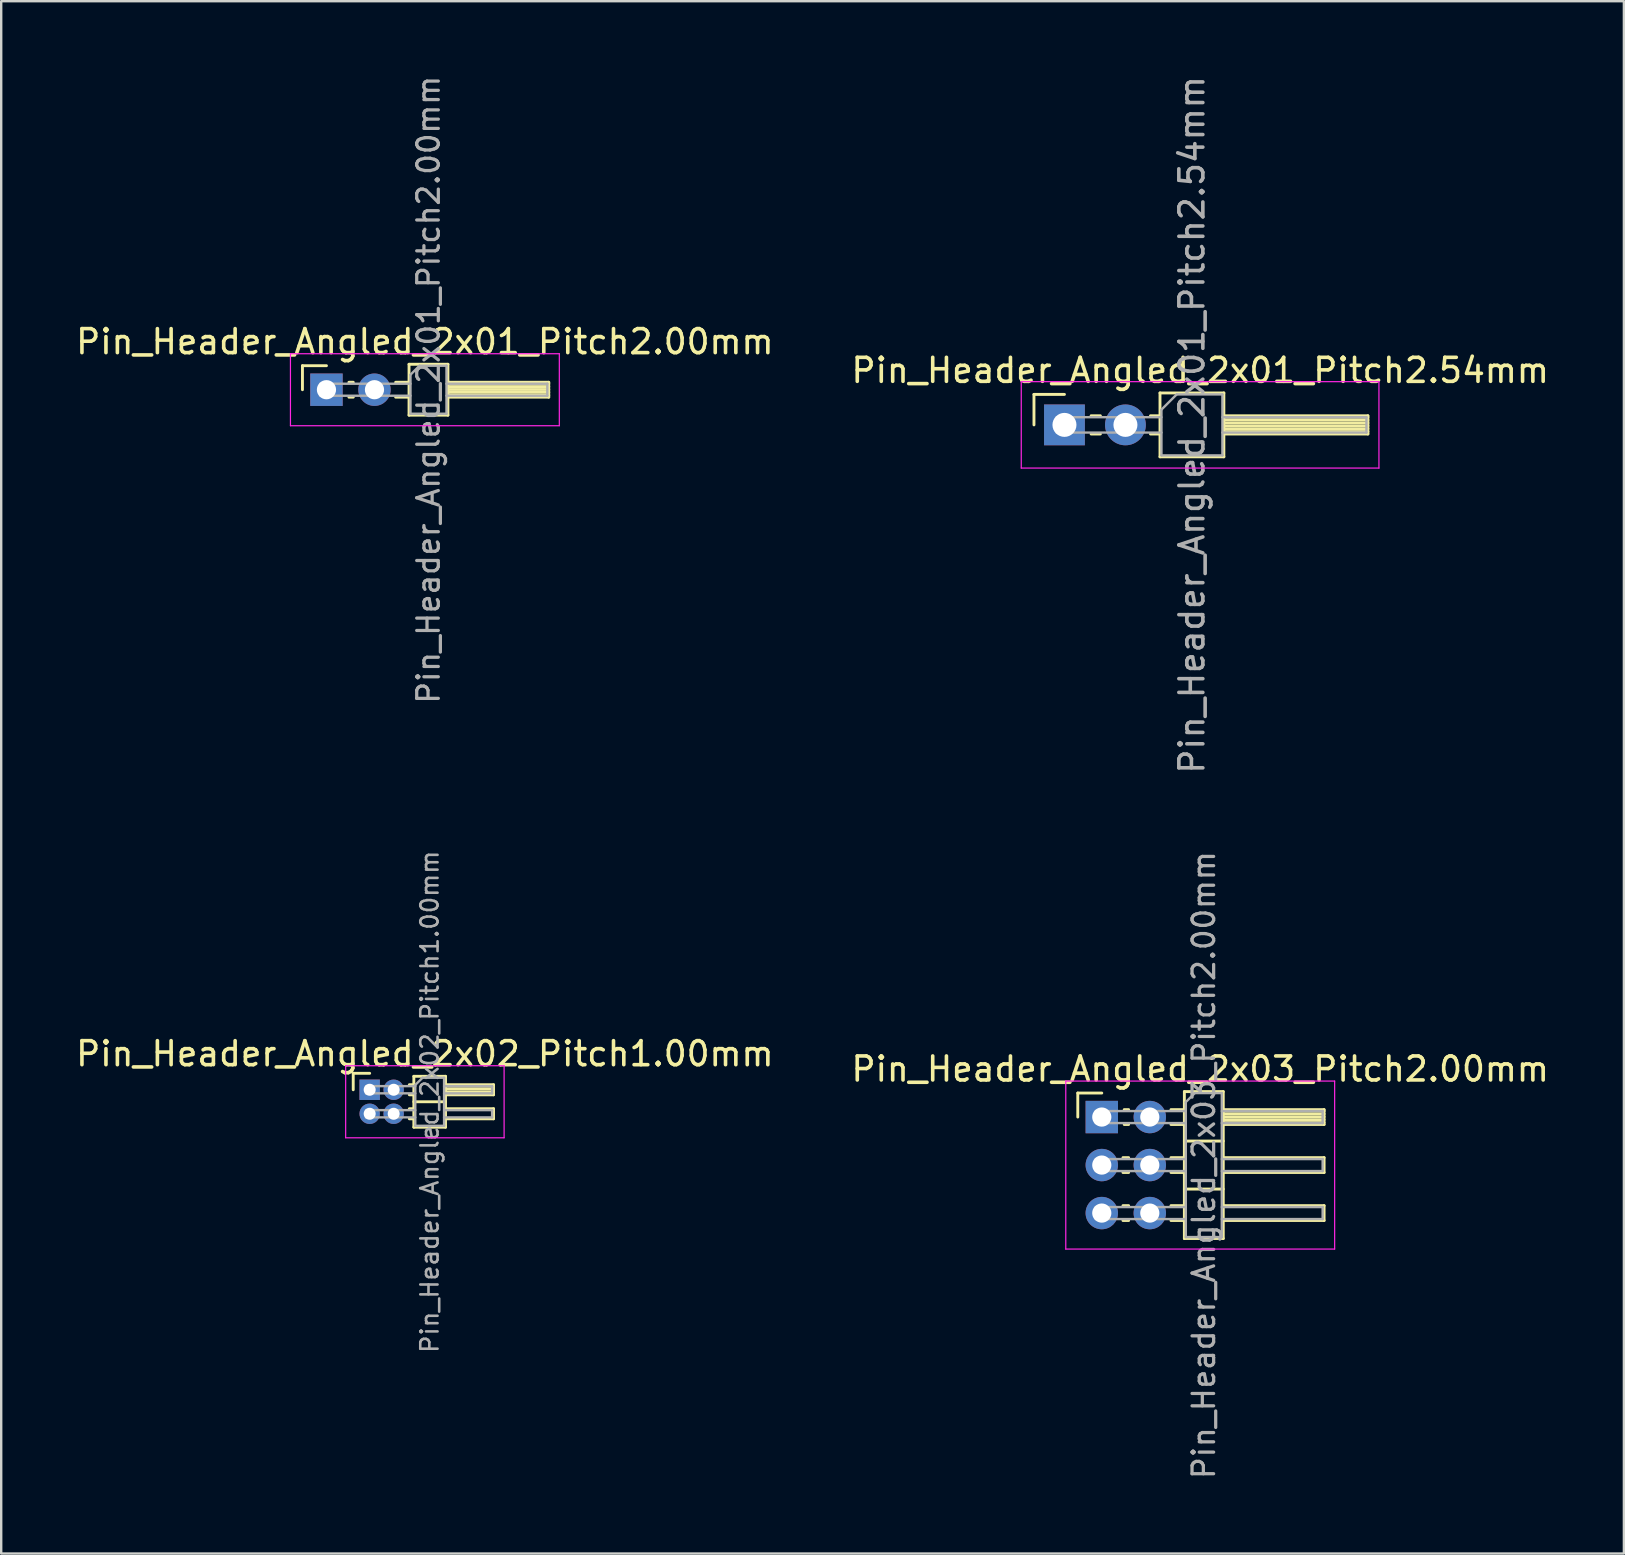
<source format=kicad_pcb>
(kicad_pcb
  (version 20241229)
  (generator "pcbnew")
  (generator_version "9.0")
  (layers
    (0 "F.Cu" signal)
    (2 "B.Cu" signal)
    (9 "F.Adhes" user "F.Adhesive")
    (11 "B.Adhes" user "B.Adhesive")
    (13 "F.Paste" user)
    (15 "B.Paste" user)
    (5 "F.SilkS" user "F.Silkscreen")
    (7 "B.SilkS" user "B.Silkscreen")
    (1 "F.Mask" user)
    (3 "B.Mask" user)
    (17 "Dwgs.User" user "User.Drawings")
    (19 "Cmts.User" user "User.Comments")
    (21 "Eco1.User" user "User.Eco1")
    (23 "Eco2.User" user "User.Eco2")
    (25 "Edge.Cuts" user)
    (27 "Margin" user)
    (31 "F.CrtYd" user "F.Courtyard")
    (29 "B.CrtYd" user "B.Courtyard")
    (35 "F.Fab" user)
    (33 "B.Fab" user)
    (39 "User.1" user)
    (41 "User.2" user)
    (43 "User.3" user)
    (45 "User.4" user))
  (footprint "Pin_Header_Angled_2x02_Pitch1.00mm"
    (layer "F.Cu")
    (at 12.349 42.345)
    (property "Reference" "Pin_Header_Angled_2x02_Pitch1.00mm" (at 2.3 -1.5 0) (layer "F.SilkS") (effects (font (size 1 1) (thickness 0.15))))
    (attr through_hole)
    (fp_line (start -0.685 -0.685) (end 0 -0.685) (stroke (width 0.12) (type solid)) (layer "F.SilkS"))
    (fp_line (start -0.685 0) (end -0.685 -0.685) (stroke (width 0.12) (type solid)) (layer "F.SilkS"))
    (fp_line (start 1.652 -0.21) (end 1.84 -0.21) (stroke (width 0.12) (type solid)) (layer "F.SilkS"))
    (fp_line (start 1.652 0.21) (end 1.84 0.21) (stroke (width 0.12) (type solid)) (layer "F.SilkS"))
    (fp_line (start 1.652 0.79) (end 1.84 0.79) (stroke (width 0.12) (type solid)) (layer "F.SilkS"))
    (fp_line (start 1.652 1.21) (end 1.84 1.21) (stroke (width 0.12) (type solid)) (layer "F.SilkS"))
    (fp_line (start 1.84 -0.56) (end 1.84 1.56) (stroke (width 0.12) (type solid)) (layer "F.SilkS"))
    (fp_line (start 1.84 0.5) (end 3.16 0.5) (stroke (width 0.12) (type solid)) (layer "F.SilkS"))
    (fp_line (start 1.84 1.56) (end 3.16 1.56) (stroke (width 0.12) (type solid)) (layer "F.SilkS"))
    (fp_line (start 3.16 -0.56) (end 1.84 -0.56) (stroke (width 0.12) (type solid)) (layer "F.SilkS"))
    (fp_line (start 3.16 -0.21) (end 5.16 -0.21) (stroke (width 0.12) (type solid)) (layer "F.SilkS"))
    (fp_line (start 3.16 -0.15) (end 5.16 -0.15) (stroke (width 0.12) (type solid)) (layer "F.SilkS"))
    (fp_line (start 3.16 -0.03) (end 5.16 -0.03) (stroke (width 0.12) (type solid)) (layer "F.SilkS"))
    (fp_line (start 3.16 0.09) (end 5.16 0.09) (stroke (width 0.12) (type solid)) (layer "F.SilkS"))
    (fp_line (start 3.16 0.79) (end 5.16 0.79) (stroke (width 0.12) (type solid)) (layer "F.SilkS"))
    (fp_line (start 3.16 1.56) (end 3.16 -0.56) (stroke (width 0.12) (type solid)) (layer "F.SilkS"))
    (fp_line (start 5.16 -0.21) (end 5.16 0.21) (stroke (width 0.12) (type solid)) (layer "F.SilkS"))
    (fp_line (start 5.16 0.21) (end 3.16 0.21) (stroke (width 0.12) (type solid)) (layer "F.SilkS"))
    (fp_line (start 5.16 0.79) (end 5.16 1.21) (stroke (width 0.12) (type solid)) (layer "F.SilkS"))
    (fp_line (start 5.16 1.21) (end 3.16 1.21) (stroke (width 0.12) (type solid)) (layer "F.SilkS"))
    (fp_line (start -1 -1) (end -1 2) (stroke (width 0.05) (type solid)) (layer "F.CrtYd"))
    (fp_line (start -1 2) (end 5.6 2) (stroke (width 0.05) (type solid)) (layer "F.CrtYd"))
    (fp_line (start 5.6 -1) (end -1 -1) (stroke (width 0.05) (type solid)) (layer "F.CrtYd"))
    (fp_line (start 5.6 2) (end 5.6 -1) (stroke (width 0.05) (type solid)) (layer "F.CrtYd"))
    (fp_line (start -0.15 -0.15) (end -0.15 0.15) (stroke (width 0.1) (type solid)) (layer "F.Fab"))
    (fp_line (start -0.15 -0.15) (end 1.9 -0.15) (stroke (width 0.1) (type solid)) (layer "F.Fab"))
    (fp_line (start -0.15 0.15) (end 1.9 0.15) (stroke (width 0.1) (type solid)) (layer "F.Fab"))
    (fp_line (start -0.15 0.85) (end -0.15 1.15) (stroke (width 0.1) (type solid)) (layer "F.Fab"))
    (fp_line (start -0.15 0.85) (end 1.9 0.85) (stroke (width 0.1) (type solid)) (layer "F.Fab"))
    (fp_line (start -0.15 1.15) (end 1.9 1.15) (stroke (width 0.1) (type solid)) (layer "F.Fab"))
    (fp_line (start 1.9 -0.2) (end 2.2 -0.5) (stroke (width 0.1) (type solid)) (layer "F.Fab"))
    (fp_line (start 1.9 1.5) (end 1.9 -0.2) (stroke (width 0.1) (type solid)) (layer "F.Fab"))
    (fp_line (start 2.2 -0.5) (end 3.1 -0.5) (stroke (width 0.1) (type solid)) (layer "F.Fab"))
    (fp_line (start 3.1 -0.5) (end 3.1 1.5) (stroke (width 0.1) (type solid)) (layer "F.Fab"))
    (fp_line (start 3.1 -0.15) (end 5.1 -0.15) (stroke (width 0.1) (type solid)) (layer "F.Fab"))
    (fp_line (start 3.1 0.15) (end 5.1 0.15) (stroke (width 0.1) (type solid)) (layer "F.Fab"))
    (fp_line (start 3.1 0.85) (end 5.1 0.85) (stroke (width 0.1) (type solid)) (layer "F.Fab"))
    (fp_line (start 3.1 1.15) (end 5.1 1.15) (stroke (width 0.1) (type solid)) (layer "F.Fab"))
    (fp_line (start 3.1 1.5) (end 1.9 1.5) (stroke (width 0.1) (type solid)) (layer "F.Fab"))
    (fp_line (start 5.1 -0.15) (end 5.1 0.15) (stroke (width 0.1) (type solid)) (layer "F.Fab"))
    (fp_line (start 5.1 0.85) (end 5.1 1.15) (stroke (width 0.1) (type solid)) (layer "F.Fab"))
    (fp_text user "${REFERENCE}" (at 2.5 0.5 90) (layer "F.Fab") (effects (font (size 0.72 0.72) (thickness 0.108))))
    (pad "1" thru_hole rect (at 0 0) (size 0.85 0.85) (drill 0.5) (layers "*.Cu" "*.Mask"))
    (pad "2" thru_hole oval (at 1 0) (size 0.85 0.85) (drill 0.5) (layers "*.Cu" "*.Mask"))
    (pad "3" thru_hole oval (at 0 1) (size 0.85 0.85) (drill 0.5) (layers "*.Cu" "*.Mask"))
    (pad "4" thru_hole oval (at 1 1) (size 0.85 0.85) (drill 0.5) (layers "*.Cu" "*.Mask")))
  (footprint "Pin_Header_Angled_2x01_Pitch2.54mm"
    (layer "F.Cu")
    (at 41.291 14.649)
    (property "Reference" "Pin_Header_Angled_2x01_Pitch2.54mm" (at 5.655 -2.27 0) (layer "F.SilkS") (effects (font (size 1 1) (thickness 0.15))))
    (attr through_hole)
    (fp_line (start -1.27 -1.27) (end 0 -1.27) (stroke (width 0.12) (type solid)) (layer "F.SilkS"))
    (fp_line (start -1.27 0) (end -1.27 -1.27) (stroke (width 0.12) (type solid)) (layer "F.SilkS"))
    (fp_line (start 1.11 -0.38) (end 1.497 -0.38) (stroke (width 0.12) (type solid)) (layer "F.SilkS"))
    (fp_line (start 1.11 0.38) (end 1.497 0.38) (stroke (width 0.12) (type solid)) (layer "F.SilkS"))
    (fp_line (start 3.583 -0.38) (end 3.98 -0.38) (stroke (width 0.12) (type solid)) (layer "F.SilkS"))
    (fp_line (start 3.583 0.38) (end 3.98 0.38) (stroke (width 0.12) (type solid)) (layer "F.SilkS"))
    (fp_line (start 3.98 -1.33) (end 3.98 1.33) (stroke (width 0.12) (type solid)) (layer "F.SilkS"))
    (fp_line (start 3.98 1.33) (end 6.64 1.33) (stroke (width 0.12) (type solid)) (layer "F.SilkS"))
    (fp_line (start 6.64 -1.33) (end 3.98 -1.33) (stroke (width 0.12) (type solid)) (layer "F.SilkS"))
    (fp_line (start 6.64 -0.38) (end 12.64 -0.38) (stroke (width 0.12) (type solid)) (layer "F.SilkS"))
    (fp_line (start 6.64 -0.32) (end 12.64 -0.32) (stroke (width 0.12) (type solid)) (layer "F.SilkS"))
    (fp_line (start 6.64 -0.2) (end 12.64 -0.2) (stroke (width 0.12) (type solid)) (layer "F.SilkS"))
    (fp_line (start 6.64 -0.08) (end 12.64 -0.08) (stroke (width 0.12) (type solid)) (layer "F.SilkS"))
    (fp_line (start 6.64 0.04) (end 12.64 0.04) (stroke (width 0.12) (type solid)) (layer "F.SilkS"))
    (fp_line (start 6.64 0.16) (end 12.64 0.16) (stroke (width 0.12) (type solid)) (layer "F.SilkS"))
    (fp_line (start 6.64 0.28) (end 12.64 0.28) (stroke (width 0.12) (type solid)) (layer "F.SilkS"))
    (fp_line (start 6.64 1.33) (end 6.64 -1.33) (stroke (width 0.12) (type solid)) (layer "F.SilkS"))
    (fp_line (start 12.64 -0.38) (end 12.64 0.38) (stroke (width 0.12) (type solid)) (layer "F.SilkS"))
    (fp_line (start 12.64 0.38) (end 6.64 0.38) (stroke (width 0.12) (type solid)) (layer "F.SilkS"))
    (fp_line (start -1.8 -1.8) (end -1.8 1.8) (stroke (width 0.05) (type solid)) (layer "F.CrtYd"))
    (fp_line (start -1.8 1.8) (end 13.1 1.8) (stroke (width 0.05) (type solid)) (layer "F.CrtYd"))
    (fp_line (start 13.1 -1.8) (end -1.8 -1.8) (stroke (width 0.05) (type solid)) (layer "F.CrtYd"))
    (fp_line (start 13.1 1.8) (end 13.1 -1.8) (stroke (width 0.05) (type solid)) (layer "F.CrtYd"))
    (fp_line (start -0.32 -0.32) (end -0.32 0.32) (stroke (width 0.1) (type solid)) (layer "F.Fab"))
    (fp_line (start -0.32 -0.32) (end 4.04 -0.32) (stroke (width 0.1) (type solid)) (layer "F.Fab"))
    (fp_line (start -0.32 0.32) (end 4.04 0.32) (stroke (width 0.1) (type solid)) (layer "F.Fab"))
    (fp_line (start 4.04 -0.635) (end 4.675 -1.27) (stroke (width 0.1) (type solid)) (layer "F.Fab"))
    (fp_line (start 4.04 1.27) (end 4.04 -0.635) (stroke (width 0.1) (type solid)) (layer "F.Fab"))
    (fp_line (start 4.675 -1.27) (end 6.58 -1.27) (stroke (width 0.1) (type solid)) (layer "F.Fab"))
    (fp_line (start 6.58 -1.27) (end 6.58 1.27) (stroke (width 0.1) (type solid)) (layer "F.Fab"))
    (fp_line (start 6.58 -0.32) (end 12.58 -0.32) (stroke (width 0.1) (type solid)) (layer "F.Fab"))
    (fp_line (start 6.58 0.32) (end 12.58 0.32) (stroke (width 0.1) (type solid)) (layer "F.Fab"))
    (fp_line (start 6.58 1.27) (end 4.04 1.27) (stroke (width 0.1) (type solid)) (layer "F.Fab"))
    (fp_line (start 12.58 -0.32) (end 12.58 0.32) (stroke (width 0.1) (type solid)) (layer "F.Fab"))
    (fp_text user "${REFERENCE}" (at 5.31 0 90) (layer "F.Fab") (effects (font (size 1 1) (thickness 0.15))))
    (pad "1" thru_hole rect (at 0 0) (size 1.7 1.7) (drill 1) (layers "*.Cu" "*.Mask"))
    (pad "2" thru_hole oval (at 2.54 0) (size 1.7 1.7) (drill 1) (layers "*.Cu" "*.Mask")))
  (footprint "Pin_Header_Angled_2x01_Pitch2.00mm"
    (layer "F.Cu")
    (at 10.549 13.184)
    (property "Reference" "Pin_Header_Angled_2x01_Pitch2.00mm" (at 4.1 -2 0) (layer "F.SilkS") (effects (font (size 1 1) (thickness 0.15))))
    (attr through_hole)
    (fp_line (start -1 -1) (end 0 -1) (stroke (width 0.12) (type solid)) (layer "F.SilkS"))
    (fp_line (start -1 0) (end -1 -1) (stroke (width 0.12) (type solid)) (layer "F.SilkS"))
    (fp_line (start 0.935 -0.31) (end 1.118 -0.31) (stroke (width 0.12) (type solid)) (layer "F.SilkS"))
    (fp_line (start 0.935 0.31) (end 1.118 0.31) (stroke (width 0.12) (type solid)) (layer "F.SilkS"))
    (fp_line (start 2.882 -0.31) (end 3.44 -0.31) (stroke (width 0.12) (type solid)) (layer "F.SilkS"))
    (fp_line (start 2.882 0.31) (end 3.44 0.31) (stroke (width 0.12) (type solid)) (layer "F.SilkS"))
    (fp_line (start 3.44 -1.06) (end 3.44 1.06) (stroke (width 0.12) (type solid)) (layer "F.SilkS"))
    (fp_line (start 3.44 1.06) (end 5.06 1.06) (stroke (width 0.12) (type solid)) (layer "F.SilkS"))
    (fp_line (start 5.06 -1.06) (end 3.44 -1.06) (stroke (width 0.12) (type solid)) (layer "F.SilkS"))
    (fp_line (start 5.06 -0.31) (end 9.26 -0.31) (stroke (width 0.12) (type solid)) (layer "F.SilkS"))
    (fp_line (start 5.06 -0.25) (end 9.26 -0.25) (stroke (width 0.12) (type solid)) (layer "F.SilkS"))
    (fp_line (start 5.06 -0.13) (end 9.26 -0.13) (stroke (width 0.12) (type solid)) (layer "F.SilkS"))
    (fp_line (start 5.06 -0.01) (end 9.26 -0.01) (stroke (width 0.12) (type solid)) (layer "F.SilkS"))
    (fp_line (start 5.06 0.11) (end 9.26 0.11) (stroke (width 0.12) (type solid)) (layer "F.SilkS"))
    (fp_line (start 5.06 0.23) (end 9.26 0.23) (stroke (width 0.12) (type solid)) (layer "F.SilkS"))
    (fp_line (start 5.06 1.06) (end 5.06 -1.06) (stroke (width 0.12) (type solid)) (layer "F.SilkS"))
    (fp_line (start 9.26 -0.31) (end 9.26 0.31) (stroke (width 0.12) (type solid)) (layer "F.SilkS"))
    (fp_line (start 9.26 0.31) (end 5.06 0.31) (stroke (width 0.12) (type solid)) (layer "F.SilkS"))
    (fp_line (start -1.5 -1.5) (end -1.5 1.5) (stroke (width 0.05) (type solid)) (layer "F.CrtYd"))
    (fp_line (start -1.5 1.5) (end 9.7 1.5) (stroke (width 0.05) (type solid)) (layer "F.CrtYd"))
    (fp_line (start 9.7 -1.5) (end -1.5 -1.5) (stroke (width 0.05) (type solid)) (layer "F.CrtYd"))
    (fp_line (start 9.7 1.5) (end 9.7 -1.5) (stroke (width 0.05) (type solid)) (layer "F.CrtYd"))
    (fp_line (start -0.25 -0.25) (end -0.25 0.25) (stroke (width 0.1) (type solid)) (layer "F.Fab"))
    (fp_line (start -0.25 -0.25) (end 3.5 -0.25) (stroke (width 0.1) (type solid)) (layer "F.Fab"))
    (fp_line (start -0.25 0.25) (end 3.5 0.25) (stroke (width 0.1) (type solid)) (layer "F.Fab"))
    (fp_line (start 3.5 -0.625) (end 3.875 -1) (stroke (width 0.1) (type solid)) (layer "F.Fab"))
    (fp_line (start 3.5 1) (end 3.5 -0.625) (stroke (width 0.1) (type solid)) (layer "F.Fab"))
    (fp_line (start 3.875 -1) (end 5 -1) (stroke (width 0.1) (type solid)) (layer "F.Fab"))
    (fp_line (start 5 -1) (end 5 1) (stroke (width 0.1) (type solid)) (layer "F.Fab"))
    (fp_line (start 5 -0.25) (end 9.2 -0.25) (stroke (width 0.1) (type solid)) (layer "F.Fab"))
    (fp_line (start 5 0.25) (end 9.2 0.25) (stroke (width 0.1) (type solid)) (layer "F.Fab"))
    (fp_line (start 5 1) (end 3.5 1) (stroke (width 0.1) (type solid)) (layer "F.Fab"))
    (fp_line (start 9.2 -0.25) (end 9.2 0.25) (stroke (width 0.1) (type solid)) (layer "F.Fab"))
    (fp_text user "${REFERENCE}" (at 4.25 0 90) (layer "F.Fab") (effects (font (size 0.9 0.9) (thickness 0.135))))
    (pad "1" thru_hole rect (at 0 0) (size 1.35 1.35) (drill 0.8) (layers "*.Cu" "*.Mask"))
    (pad "2" thru_hole oval (at 2 0) (size 1.35 1.35) (drill 0.8) (layers "*.Cu" "*.Mask")))
  (footprint "Pin_Header_Angled_2x03_Pitch2.00mm"
    (layer "F.Cu")
    (at 42.846 43.482)
    (property "Reference" "Pin_Header_Angled_2x03_Pitch2.00mm" (at 4.1 -2 0) (layer "F.SilkS") (effects (font (size 1 1) (thickness 0.15))))
    (attr through_hole)
    (fp_line (start -1 -1) (end 0 -1) (stroke (width 0.12) (type solid)) (layer "F.SilkS"))
    (fp_line (start -1 0) (end -1 -1) (stroke (width 0.12) (type solid)) (layer "F.SilkS"))
    (fp_line (start 0.882 1.69) (end 1.118 1.69) (stroke (width 0.12) (type solid)) (layer "F.SilkS"))
    (fp_line (start 0.882 2.31) (end 1.118 2.31) (stroke (width 0.12) (type solid)) (layer "F.SilkS"))
    (fp_line (start 0.882 3.69) (end 1.118 3.69) (stroke (width 0.12) (type solid)) (layer "F.SilkS"))
    (fp_line (start 0.882 4.31) (end 1.118 4.31) (stroke (width 0.12) (type solid)) (layer "F.SilkS"))
    (fp_line (start 0.935 -0.31) (end 1.118 -0.31) (stroke (width 0.12) (type solid)) (layer "F.SilkS"))
    (fp_line (start 0.935 0.31) (end 1.118 0.31) (stroke (width 0.12) (type solid)) (layer "F.SilkS"))
    (fp_line (start 2.882 -0.31) (end 3.44 -0.31) (stroke (width 0.12) (type solid)) (layer "F.SilkS"))
    (fp_line (start 2.882 0.31) (end 3.44 0.31) (stroke (width 0.12) (type solid)) (layer "F.SilkS"))
    (fp_line (start 2.882 1.69) (end 3.44 1.69) (stroke (width 0.12) (type solid)) (layer "F.SilkS"))
    (fp_line (start 2.882 2.31) (end 3.44 2.31) (stroke (width 0.12) (type solid)) (layer "F.SilkS"))
    (fp_line (start 2.882 3.69) (end 3.44 3.69) (stroke (width 0.12) (type solid)) (layer "F.SilkS"))
    (fp_line (start 2.882 4.31) (end 3.44 4.31) (stroke (width 0.12) (type solid)) (layer "F.SilkS"))
    (fp_line (start 3.44 -1.06) (end 3.44 5.06) (stroke (width 0.12) (type solid)) (layer "F.SilkS"))
    (fp_line (start 3.44 1) (end 5.06 1) (stroke (width 0.12) (type solid)) (layer "F.SilkS"))
    (fp_line (start 3.44 3) (end 5.06 3) (stroke (width 0.12) (type solid)) (layer "F.SilkS"))
    (fp_line (start 3.44 5.06) (end 5.06 5.06) (stroke (width 0.12) (type solid)) (layer "F.SilkS"))
    (fp_line (start 5.06 -1.06) (end 3.44 -1.06) (stroke (width 0.12) (type solid)) (layer "F.SilkS"))
    (fp_line (start 5.06 -0.31) (end 9.26 -0.31) (stroke (width 0.12) (type solid)) (layer "F.SilkS"))
    (fp_line (start 5.06 -0.25) (end 9.26 -0.25) (stroke (width 0.12) (type solid)) (layer "F.SilkS"))
    (fp_line (start 5.06 -0.13) (end 9.26 -0.13) (stroke (width 0.12) (type solid)) (layer "F.SilkS"))
    (fp_line (start 5.06 -0.01) (end 9.26 -0.01) (stroke (width 0.12) (type solid)) (layer "F.SilkS"))
    (fp_line (start 5.06 0.11) (end 9.26 0.11) (stroke (width 0.12) (type solid)) (layer "F.SilkS"))
    (fp_line (start 5.06 0.23) (end 9.26 0.23) (stroke (width 0.12) (type solid)) (layer "F.SilkS"))
    (fp_line (start 5.06 1.69) (end 9.26 1.69) (stroke (width 0.12) (type solid)) (layer "F.SilkS"))
    (fp_line (start 5.06 3.69) (end 9.26 3.69) (stroke (width 0.12) (type solid)) (layer "F.SilkS"))
    (fp_line (start 5.06 5.06) (end 5.06 -1.06) (stroke (width 0.12) (type solid)) (layer "F.SilkS"))
    (fp_line (start 9.26 -0.31) (end 9.26 0.31) (stroke (width 0.12) (type solid)) (layer "F.SilkS"))
    (fp_line (start 9.26 0.31) (end 5.06 0.31) (stroke (width 0.12) (type solid)) (layer "F.SilkS"))
    (fp_line (start 9.26 1.69) (end 9.26 2.31) (stroke (width 0.12) (type solid)) (layer "F.SilkS"))
    (fp_line (start 9.26 2.31) (end 5.06 2.31) (stroke (width 0.12) (type solid)) (layer "F.SilkS"))
    (fp_line (start 9.26 3.69) (end 9.26 4.31) (stroke (width 0.12) (type solid)) (layer "F.SilkS"))
    (fp_line (start 9.26 4.31) (end 5.06 4.31) (stroke (width 0.12) (type solid)) (layer "F.SilkS"))
    (fp_line (start -1.5 -1.5) (end -1.5 5.5) (stroke (width 0.05) (type solid)) (layer "F.CrtYd"))
    (fp_line (start -1.5 5.5) (end 9.7 5.5) (stroke (width 0.05) (type solid)) (layer "F.CrtYd"))
    (fp_line (start 9.7 -1.5) (end -1.5 -1.5) (stroke (width 0.05) (type solid)) (layer "F.CrtYd"))
    (fp_line (start 9.7 5.5) (end 9.7 -1.5) (stroke (width 0.05) (type solid)) (layer "F.CrtYd"))
    (fp_line (start -0.25 -0.25) (end -0.25 0.25) (stroke (width 0.1) (type solid)) (layer "F.Fab"))
    (fp_line (start -0.25 -0.25) (end 3.5 -0.25) (stroke (width 0.1) (type solid)) (layer "F.Fab"))
    (fp_line (start -0.25 0.25) (end 3.5 0.25) (stroke (width 0.1) (type solid)) (layer "F.Fab"))
    (fp_line (start -0.25 1.75) (end -0.25 2.25) (stroke (width 0.1) (type solid)) (layer "F.Fab"))
    (fp_line (start -0.25 1.75) (end 3.5 1.75) (stroke (width 0.1) (type solid)) (layer "F.Fab"))
    (fp_line (start -0.25 2.25) (end 3.5 2.25) (stroke (width 0.1) (type solid)) (layer "F.Fab"))
    (fp_line (start -0.25 3.75) (end -0.25 4.25) (stroke (width 0.1) (type solid)) (layer "F.Fab"))
    (fp_line (start -0.25 3.75) (end 3.5 3.75) (stroke (width 0.1) (type solid)) (layer "F.Fab"))
    (fp_line (start -0.25 4.25) (end 3.5 4.25) (stroke (width 0.1) (type solid)) (layer "F.Fab"))
    (fp_line (start 3.5 -0.625) (end 3.875 -1) (stroke (width 0.1) (type solid)) (layer "F.Fab"))
    (fp_line (start 3.5 5) (end 3.5 -0.625) (stroke (width 0.1) (type solid)) (layer "F.Fab"))
    (fp_line (start 3.875 -1) (end 5 -1) (stroke (width 0.1) (type solid)) (layer "F.Fab"))
    (fp_line (start 5 -1) (end 5 5) (stroke (width 0.1) (type solid)) (layer "F.Fab"))
    (fp_line (start 5 -0.25) (end 9.2 -0.25) (stroke (width 0.1) (type solid)) (layer "F.Fab"))
    (fp_line (start 5 0.25) (end 9.2 0.25) (stroke (width 0.1) (type solid)) (layer "F.Fab"))
    (fp_line (start 5 1.75) (end 9.2 1.75) (stroke (width 0.1) (type solid)) (layer "F.Fab"))
    (fp_line (start 5 2.25) (end 9.2 2.25) (stroke (width 0.1) (type solid)) (layer "F.Fab"))
    (fp_line (start 5 3.75) (end 9.2 3.75) (stroke (width 0.1) (type solid)) (layer "F.Fab"))
    (fp_line (start 5 4.25) (end 9.2 4.25) (stroke (width 0.1) (type solid)) (layer "F.Fab"))
    (fp_line (start 5 5) (end 3.5 5) (stroke (width 0.1) (type solid)) (layer "F.Fab"))
    (fp_line (start 9.2 -0.25) (end 9.2 0.25) (stroke (width 0.1) (type solid)) (layer "F.Fab"))
    (fp_line (start 9.2 1.75) (end 9.2 2.25) (stroke (width 0.1) (type solid)) (layer "F.Fab"))
    (fp_line (start 9.2 3.75) (end 9.2 4.25) (stroke (width 0.1) (type solid)) (layer "F.Fab"))
    (fp_text user "${REFERENCE}" (at 4.25 2 90) (layer "F.Fab") (effects (font (size 0.9 0.9) (thickness 0.135))))
    (pad "1" thru_hole rect (at 0 0) (size 1.35 1.35) (drill 0.8) (layers "*.Cu" "*.Mask"))
    (pad "2" thru_hole oval (at 2 0) (size 1.35 1.35) (drill 0.8) (layers "*.Cu" "*.Mask"))
    (pad "3" thru_hole oval (at 0 2) (size 1.35 1.35) (drill 0.8) (layers "*.Cu" "*.Mask"))
    (pad "4" thru_hole oval (at 2 2) (size 1.35 1.35) (drill 0.8) (layers "*.Cu" "*.Mask"))
    (pad "5" thru_hole oval (at 0 4) (size 1.35 1.35) (drill 0.8) (layers "*.Cu" "*.Mask"))
    (pad "6" thru_hole oval (at 2 4) (size 1.35 1.35) (drill 0.8) (layers "*.Cu" "*.Mask")))
  (gr_rect
    (start -3 -3)
    (end 64.595 61.665)
    (stroke (width 0.1) (type default))
    (fill no)
    (layer "Edge.Cuts")))
</source>
